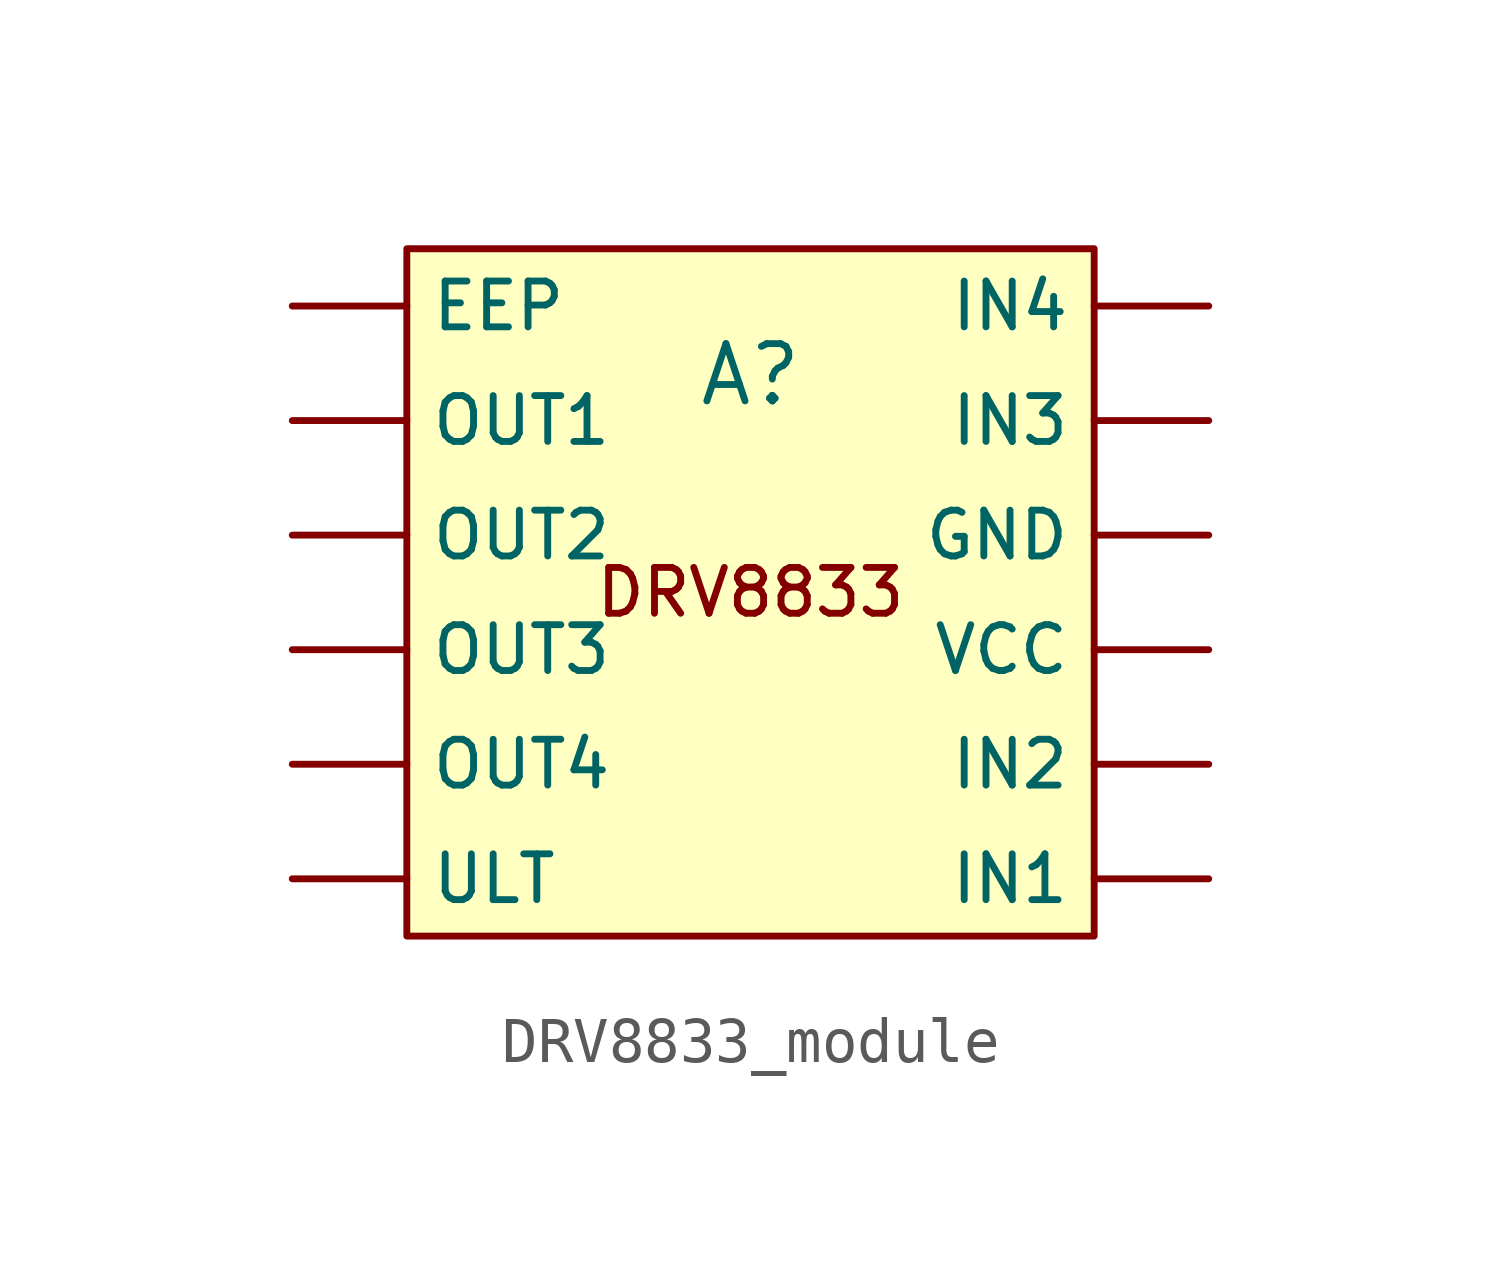
<source format=kicad_sym>
(kicad_symbol_lib
  (version 20241209)
  (generator "kicad_symbol_editor")
  (generator_version "9.0")
  (symbol "DRV8833_module"
    (property "Reference" "A"
      (at 0 4.826 0)
      (effects (font (size 1.27 1.27))))
    (property "Value" ""
      (at 0 0 0)
      (effects (font (size 1.27 1.27))))
    (symbol "DRV8833_module_0_1"
      (rectangle (start -7.62 7.62) (end 7.62 -7.62) (stroke (width 0) (type default)) (fill (type background))))
    (symbol "DRV8833_module_1_1"
      (text "DRV8833" (at 0 0 0) (effects (font (size 1.016 1.016))))
      (pin input line (at -10.16 6.35 0) (length 2.54) (name "EEP" (effects (font (size 1.016 1.016)))) (number "" (effects (font (size 1.27 1.27)))))
      (pin output line (at -10.16 3.81 0) (length 2.54) (name "OUT1" (effects (font (size 1.016 1.016)))) (number "" (effects (font (size 1.27 1.27)))))
      (pin output line (at -10.16 1.27 0) (length 2.54) (name "OUT2" (effects (font (size 1.016 1.016)))) (number "" (effects (font (size 1.27 1.27)))))
      (pin output line (at -10.16 -1.27 0) (length 2.54) (name "OUT3" (effects (font (size 1.016 1.016)))) (number "" (effects (font (size 1.27 1.27)))))
      (pin output line (at -10.16 -3.81 0) (length 2.54) (name "OUT4" (effects (font (size 1.016 1.016)))) (number "" (effects (font (size 1.27 1.27)))))
      (pin output line (at -10.16 -6.35 0) (length 2.54) (name "ULT" (effects (font (size 1.016 1.016)))) (number "" (effects (font (size 1.27 1.27)))))
      (pin input line (at 10.16 6.35 180) (length 2.54) (name "IN4" (effects (font (size 1.016 1.016)))) (number "" (effects (font (size 1.27 1.27)))))
      (pin input line (at 10.16 3.81 180) (length 2.54) (name "IN3" (effects (font (size 1.016 1.016)))) (number "" (effects (font (size 1.27 1.27)))))
      (pin power_in line (at 10.16 1.27 180) (length 2.54) (name "GND" (effects (font (size 1.016 1.016)))) (number "" (effects (font (size 1.27 1.27)))))
      (pin power_in line (at 10.16 -1.27 180) (length 2.54) (name "VCC" (effects (font (size 1.016 1.016)))) (number "" (effects (font (size 1.27 1.27)))))
      (pin input line (at 10.16 -3.81 180) (length 2.54) (name "IN2" (effects (font (size 1.016 1.016)))) (number "" (effects (font (size 1.27 1.27)))))
      (pin input line (at 10.16 -6.35 180) (length 2.54) (name "IN1" (effects (font (size 1.016 1.016)))) (number "" (effects (font (size 1.27 1.27))))))))
</source>
